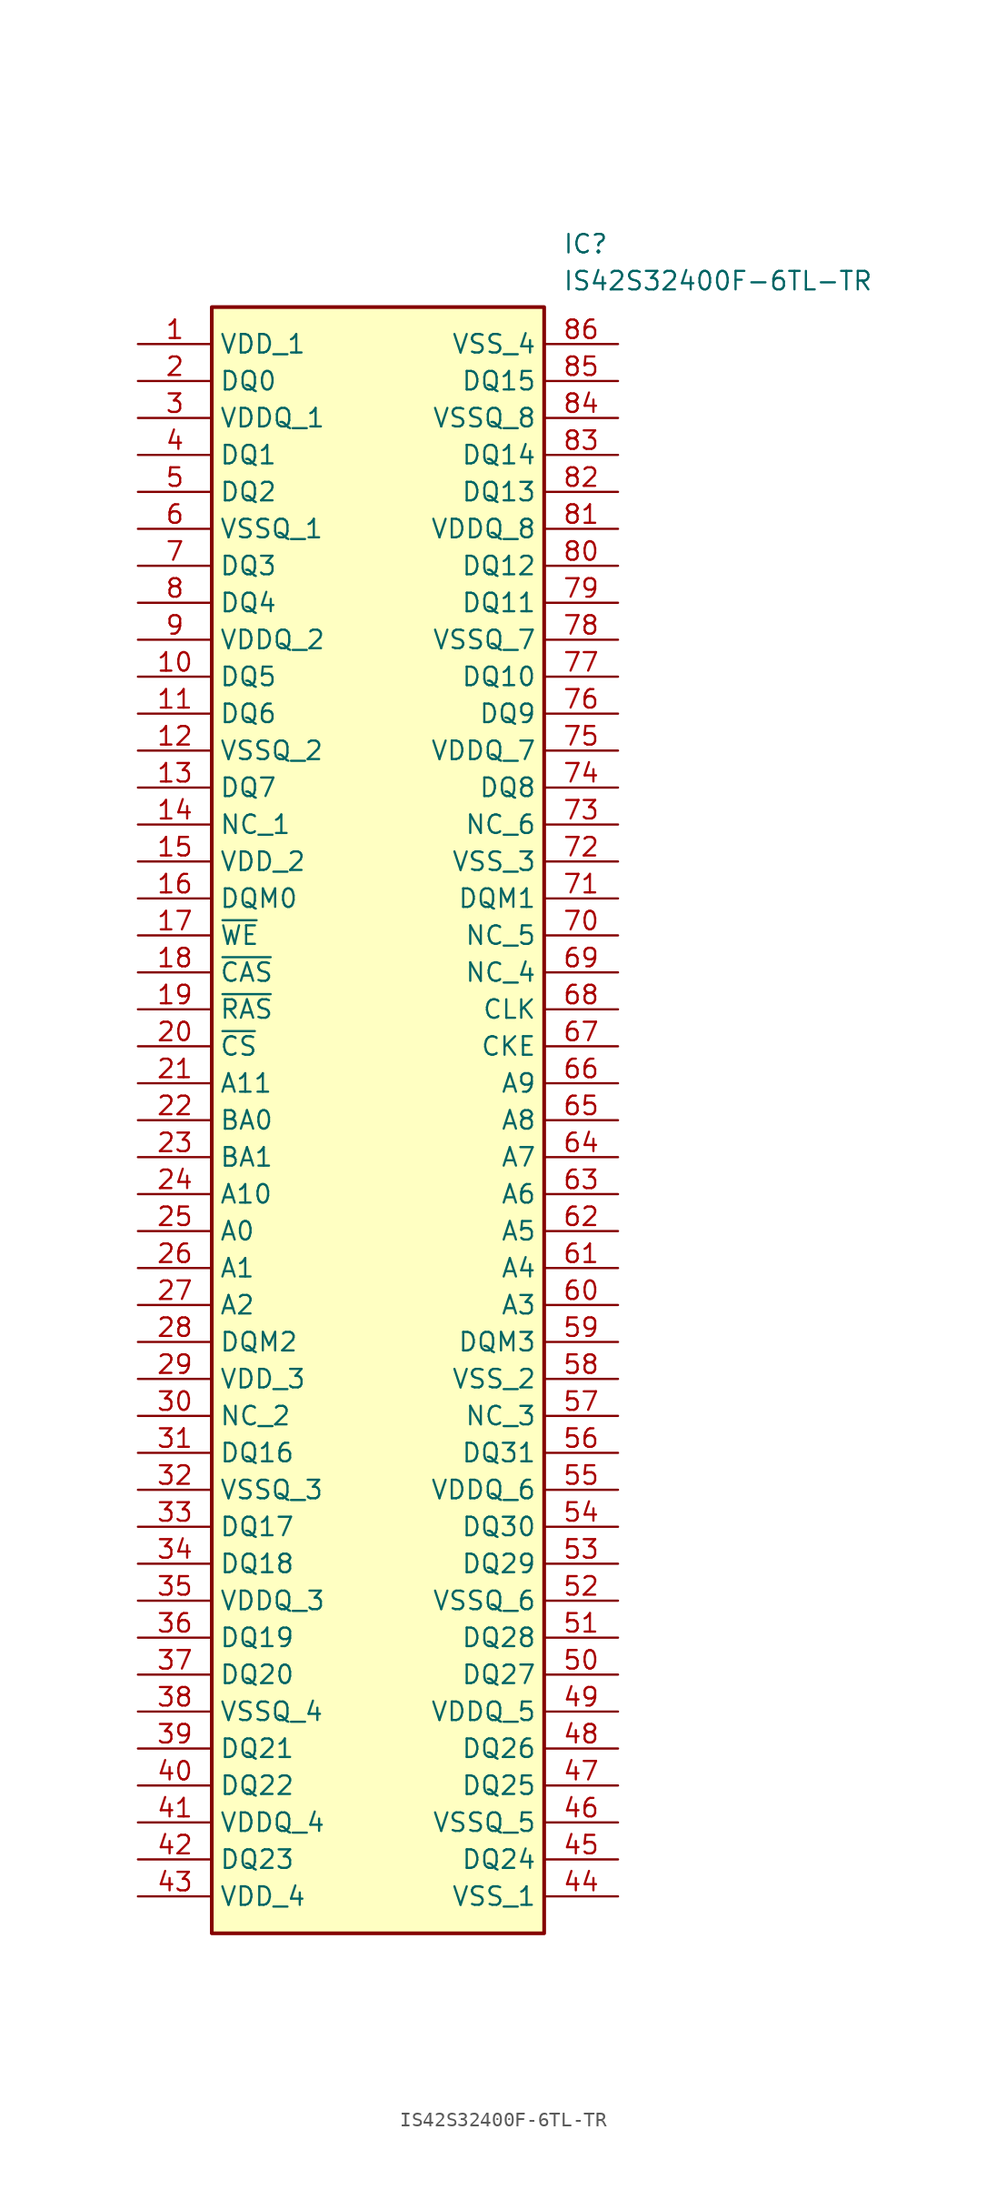
<source format=kicad_sym>
(kicad_symbol_lib
  (version 20211014)
  (generator SamacSys_ECAD_Model)
  (symbol "IS42S32400F-6TL-TR"
    (property "Reference" "IC"
      (at 29.21 7.62 0)
      (effects (font (size 1.27 1.27)) (justify left top)))
    (property "Value" "IS42S32400F-6TL-TR"
      (at 29.21 5.08 0)
      (effects (font (size 1.27 1.27)) (justify left top)))
    (rectangle
      (start 5.08 2.54)
      (end 27.94 -109.22)
      (stroke (width 0.254) (type default))
      (fill (type background)))
    (pin passive line
      (at 0 0 0)
      (length 5.08)
      (name "VDD_1" (effects (font (size 1.27 1.27))))
      (number "1" (effects (font (size 1.27 1.27)))))
    (pin passive line
      (at 0 -2.54 0)
      (length 5.08)
      (name "DQ0" (effects (font (size 1.27 1.27))))
      (number "2" (effects (font (size 1.27 1.27)))))
    (pin passive line
      (at 0 -5.08 0)
      (length 5.08)
      (name "VDDQ_1" (effects (font (size 1.27 1.27))))
      (number "3" (effects (font (size 1.27 1.27)))))
    (pin passive line
      (at 0 -7.62 0)
      (length 5.08)
      (name "DQ1" (effects (font (size 1.27 1.27))))
      (number "4" (effects (font (size 1.27 1.27)))))
    (pin passive line
      (at 0 -10.16 0)
      (length 5.08)
      (name "DQ2" (effects (font (size 1.27 1.27))))
      (number "5" (effects (font (size 1.27 1.27)))))
    (pin passive line
      (at 0 -12.7 0)
      (length 5.08)
      (name "VSSQ_1" (effects (font (size 1.27 1.27))))
      (number "6" (effects (font (size 1.27 1.27)))))
    (pin passive line
      (at 0 -15.24 0)
      (length 5.08)
      (name "DQ3" (effects (font (size 1.27 1.27))))
      (number "7" (effects (font (size 1.27 1.27)))))
    (pin passive line
      (at 0 -17.78 0)
      (length 5.08)
      (name "DQ4" (effects (font (size 1.27 1.27))))
      (number "8" (effects (font (size 1.27 1.27)))))
    (pin passive line
      (at 0 -20.32 0)
      (length 5.08)
      (name "VDDQ_2" (effects (font (size 1.27 1.27))))
      (number "9" (effects (font (size 1.27 1.27)))))
    (pin passive line
      (at 0 -22.86 0)
      (length 5.08)
      (name "DQ5" (effects (font (size 1.27 1.27))))
      (number "10" (effects (font (size 1.27 1.27)))))
    (pin passive line
      (at 0 -25.4 0)
      (length 5.08)
      (name "DQ6" (effects (font (size 1.27 1.27))))
      (number "11" (effects (font (size 1.27 1.27)))))
    (pin passive line
      (at 0 -27.94 0)
      (length 5.08)
      (name "VSSQ_2" (effects (font (size 1.27 1.27))))
      (number "12" (effects (font (size 1.27 1.27)))))
    (pin passive line
      (at 0 -30.48 0)
      (length 5.08)
      (name "DQ7" (effects (font (size 1.27 1.27))))
      (number "13" (effects (font (size 1.27 1.27)))))
    (pin passive line
      (at 0 -33.02 0)
      (length 5.08)
      (name "NC_1" (effects (font (size 1.27 1.27))))
      (number "14" (effects (font (size 1.27 1.27)))))
    (pin passive line
      (at 0 -35.56 0)
      (length 5.08)
      (name "VDD_2" (effects (font (size 1.27 1.27))))
      (number "15" (effects (font (size 1.27 1.27)))))
    (pin passive line
      (at 0 -38.1 0)
      (length 5.08)
      (name "DQM0" (effects (font (size 1.27 1.27))))
      (number "16" (effects (font (size 1.27 1.27)))))
    (pin passive line
      (at 0 -40.64 0)
      (length 5.08)
      (name "~{WE}" (effects (font (size 1.27 1.27))))
      (number "17" (effects (font (size 1.27 1.27)))))
    (pin passive line
      (at 0 -43.18 0)
      (length 5.08)
      (name "~{CAS}" (effects (font (size 1.27 1.27))))
      (number "18" (effects (font (size 1.27 1.27)))))
    (pin passive line
      (at 0 -45.72 0)
      (length 5.08)
      (name "~{RAS}" (effects (font (size 1.27 1.27))))
      (number "19" (effects (font (size 1.27 1.27)))))
    (pin passive line
      (at 0 -48.26 0)
      (length 5.08)
      (name "~{CS}" (effects (font (size 1.27 1.27))))
      (number "20" (effects (font (size 1.27 1.27)))))
    (pin passive line
      (at 0 -50.8 0)
      (length 5.08)
      (name "A11" (effects (font (size 1.27 1.27))))
      (number "21" (effects (font (size 1.27 1.27)))))
    (pin passive line
      (at 0 -53.34 0)
      (length 5.08)
      (name "BA0" (effects (font (size 1.27 1.27))))
      (number "22" (effects (font (size 1.27 1.27)))))
    (pin passive line
      (at 0 -55.88 0)
      (length 5.08)
      (name "BA1" (effects (font (size 1.27 1.27))))
      (number "23" (effects (font (size 1.27 1.27)))))
    (pin passive line
      (at 0 -58.42 0)
      (length 5.08)
      (name "A10" (effects (font (size 1.27 1.27))))
      (number "24" (effects (font (size 1.27 1.27)))))
    (pin passive line
      (at 0 -60.96 0)
      (length 5.08)
      (name "A0" (effects (font (size 1.27 1.27))))
      (number "25" (effects (font (size 1.27 1.27)))))
    (pin passive line
      (at 0 -63.5 0)
      (length 5.08)
      (name "A1" (effects (font (size 1.27 1.27))))
      (number "26" (effects (font (size 1.27 1.27)))))
    (pin passive line
      (at 0 -66.04 0)
      (length 5.08)
      (name "A2" (effects (font (size 1.27 1.27))))
      (number "27" (effects (font (size 1.27 1.27)))))
    (pin passive line
      (at 0 -68.58 0)
      (length 5.08)
      (name "DQM2" (effects (font (size 1.27 1.27))))
      (number "28" (effects (font (size 1.27 1.27)))))
    (pin passive line
      (at 0 -71.12 0)
      (length 5.08)
      (name "VDD_3" (effects (font (size 1.27 1.27))))
      (number "29" (effects (font (size 1.27 1.27)))))
    (pin passive line
      (at 0 -73.66 0)
      (length 5.08)
      (name "NC_2" (effects (font (size 1.27 1.27))))
      (number "30" (effects (font (size 1.27 1.27)))))
    (pin passive line
      (at 0 -76.2 0)
      (length 5.08)
      (name "DQ16" (effects (font (size 1.27 1.27))))
      (number "31" (effects (font (size 1.27 1.27)))))
    (pin passive line
      (at 0 -78.74 0)
      (length 5.08)
      (name "VSSQ_3" (effects (font (size 1.27 1.27))))
      (number "32" (effects (font (size 1.27 1.27)))))
    (pin passive line
      (at 0 -81.28 0)
      (length 5.08)
      (name "DQ17" (effects (font (size 1.27 1.27))))
      (number "33" (effects (font (size 1.27 1.27)))))
    (pin passive line
      (at 0 -83.82 0)
      (length 5.08)
      (name "DQ18" (effects (font (size 1.27 1.27))))
      (number "34" (effects (font (size 1.27 1.27)))))
    (pin passive line
      (at 0 -86.36 0)
      (length 5.08)
      (name "VDDQ_3" (effects (font (size 1.27 1.27))))
      (number "35" (effects (font (size 1.27 1.27)))))
    (pin passive line
      (at 0 -88.9 0)
      (length 5.08)
      (name "DQ19" (effects (font (size 1.27 1.27))))
      (number "36" (effects (font (size 1.27 1.27)))))
    (pin passive line
      (at 0 -91.44 0)
      (length 5.08)
      (name "DQ20" (effects (font (size 1.27 1.27))))
      (number "37" (effects (font (size 1.27 1.27)))))
    (pin passive line
      (at 0 -93.98 0)
      (length 5.08)
      (name "VSSQ_4" (effects (font (size 1.27 1.27))))
      (number "38" (effects (font (size 1.27 1.27)))))
    (pin passive line
      (at 0 -96.52 0)
      (length 5.08)
      (name "DQ21" (effects (font (size 1.27 1.27))))
      (number "39" (effects (font (size 1.27 1.27)))))
    (pin passive line
      (at 0 -99.06 0)
      (length 5.08)
      (name "DQ22" (effects (font (size 1.27 1.27))))
      (number "40" (effects (font (size 1.27 1.27)))))
    (pin passive line
      (at 0 -101.6 0)
      (length 5.08)
      (name "VDDQ_4" (effects (font (size 1.27 1.27))))
      (number "41" (effects (font (size 1.27 1.27)))))
    (pin passive line
      (at 0 -104.14 0)
      (length 5.08)
      (name "DQ23" (effects (font (size 1.27 1.27))))
      (number "42" (effects (font (size 1.27 1.27)))))
    (pin passive line
      (at 0 -106.68 0)
      (length 5.08)
      (name "VDD_4" (effects (font (size 1.27 1.27))))
      (number "43" (effects (font (size 1.27 1.27)))))
    (pin passive line
      (at 33.02 0 180)
      (length 5.08)
      (name "VSS_4" (effects (font (size 1.27 1.27))))
      (number "86" (effects (font (size 1.27 1.27)))))
    (pin passive line
      (at 33.02 -2.54 180)
      (length 5.08)
      (name "DQ15" (effects (font (size 1.27 1.27))))
      (number "85" (effects (font (size 1.27 1.27)))))
    (pin passive line
      (at 33.02 -5.08 180)
      (length 5.08)
      (name "VSSQ_8" (effects (font (size 1.27 1.27))))
      (number "84" (effects (font (size 1.27 1.27)))))
    (pin passive line
      (at 33.02 -7.62 180)
      (length 5.08)
      (name "DQ14" (effects (font (size 1.27 1.27))))
      (number "83" (effects (font (size 1.27 1.27)))))
    (pin passive line
      (at 33.02 -10.16 180)
      (length 5.08)
      (name "DQ13" (effects (font (size 1.27 1.27))))
      (number "82" (effects (font (size 1.27 1.27)))))
    (pin passive line
      (at 33.02 -12.7 180)
      (length 5.08)
      (name "VDDQ_8" (effects (font (size 1.27 1.27))))
      (number "81" (effects (font (size 1.27 1.27)))))
    (pin passive line
      (at 33.02 -15.24 180)
      (length 5.08)
      (name "DQ12" (effects (font (size 1.27 1.27))))
      (number "80" (effects (font (size 1.27 1.27)))))
    (pin passive line
      (at 33.02 -17.78 180)
      (length 5.08)
      (name "DQ11" (effects (font (size 1.27 1.27))))
      (number "79" (effects (font (size 1.27 1.27)))))
    (pin passive line
      (at 33.02 -20.32 180)
      (length 5.08)
      (name "VSSQ_7" (effects (font (size 1.27 1.27))))
      (number "78" (effects (font (size 1.27 1.27)))))
    (pin passive line
      (at 33.02 -22.86 180)
      (length 5.08)
      (name "DQ10" (effects (font (size 1.27 1.27))))
      (number "77" (effects (font (size 1.27 1.27)))))
    (pin passive line
      (at 33.02 -25.4 180)
      (length 5.08)
      (name "DQ9" (effects (font (size 1.27 1.27))))
      (number "76" (effects (font (size 1.27 1.27)))))
    (pin passive line
      (at 33.02 -27.94 180)
      (length 5.08)
      (name "VDDQ_7" (effects (font (size 1.27 1.27))))
      (number "75" (effects (font (size 1.27 1.27)))))
    (pin passive line
      (at 33.02 -30.48 180)
      (length 5.08)
      (name "DQ8" (effects (font (size 1.27 1.27))))
      (number "74" (effects (font (size 1.27 1.27)))))
    (pin passive line
      (at 33.02 -33.02 180)
      (length 5.08)
      (name "NC_6" (effects (font (size 1.27 1.27))))
      (number "73" (effects (font (size 1.27 1.27)))))
    (pin passive line
      (at 33.02 -35.56 180)
      (length 5.08)
      (name "VSS_3" (effects (font (size 1.27 1.27))))
      (number "72" (effects (font (size 1.27 1.27)))))
    (pin passive line
      (at 33.02 -38.1 180)
      (length 5.08)
      (name "DQM1" (effects (font (size 1.27 1.27))))
      (number "71" (effects (font (size 1.27 1.27)))))
    (pin passive line
      (at 33.02 -40.64 180)
      (length 5.08)
      (name "NC_5" (effects (font (size 1.27 1.27))))
      (number "70" (effects (font (size 1.27 1.27)))))
    (pin passive line
      (at 33.02 -43.18 180)
      (length 5.08)
      (name "NC_4" (effects (font (size 1.27 1.27))))
      (number "69" (effects (font (size 1.27 1.27)))))
    (pin passive line
      (at 33.02 -45.72 180)
      (length 5.08)
      (name "CLK" (effects (font (size 1.27 1.27))))
      (number "68" (effects (font (size 1.27 1.27)))))
    (pin passive line
      (at 33.02 -48.26 180)
      (length 5.08)
      (name "CKE" (effects (font (size 1.27 1.27))))
      (number "67" (effects (font (size 1.27 1.27)))))
    (pin passive line
      (at 33.02 -50.8 180)
      (length 5.08)
      (name "A9" (effects (font (size 1.27 1.27))))
      (number "66" (effects (font (size 1.27 1.27)))))
    (pin passive line
      (at 33.02 -53.34 180)
      (length 5.08)
      (name "A8" (effects (font (size 1.27 1.27))))
      (number "65" (effects (font (size 1.27 1.27)))))
    (pin passive line
      (at 33.02 -55.88 180)
      (length 5.08)
      (name "A7" (effects (font (size 1.27 1.27))))
      (number "64" (effects (font (size 1.27 1.27)))))
    (pin passive line
      (at 33.02 -58.42 180)
      (length 5.08)
      (name "A6" (effects (font (size 1.27 1.27))))
      (number "63" (effects (font (size 1.27 1.27)))))
    (pin passive line
      (at 33.02 -60.96 180)
      (length 5.08)
      (name "A5" (effects (font (size 1.27 1.27))))
      (number "62" (effects (font (size 1.27 1.27)))))
    (pin passive line
      (at 33.02 -63.5 180)
      (length 5.08)
      (name "A4" (effects (font (size 1.27 1.27))))
      (number "61" (effects (font (size 1.27 1.27)))))
    (pin passive line
      (at 33.02 -66.04 180)
      (length 5.08)
      (name "A3" (effects (font (size 1.27 1.27))))
      (number "60" (effects (font (size 1.27 1.27)))))
    (pin passive line
      (at 33.02 -68.58 180)
      (length 5.08)
      (name "DQM3" (effects (font (size 1.27 1.27))))
      (number "59" (effects (font (size 1.27 1.27)))))
    (pin passive line
      (at 33.02 -71.12 180)
      (length 5.08)
      (name "VSS_2" (effects (font (size 1.27 1.27))))
      (number "58" (effects (font (size 1.27 1.27)))))
    (pin passive line
      (at 33.02 -73.66 180)
      (length 5.08)
      (name "NC_3" (effects (font (size 1.27 1.27))))
      (number "57" (effects (font (size 1.27 1.27)))))
    (pin passive line
      (at 33.02 -76.2 180)
      (length 5.08)
      (name "DQ31" (effects (font (size 1.27 1.27))))
      (number "56" (effects (font (size 1.27 1.27)))))
    (pin passive line
      (at 33.02 -78.74 180)
      (length 5.08)
      (name "VDDQ_6" (effects (font (size 1.27 1.27))))
      (number "55" (effects (font (size 1.27 1.27)))))
    (pin passive line
      (at 33.02 -81.28 180)
      (length 5.08)
      (name "DQ30" (effects (font (size 1.27 1.27))))
      (number "54" (effects (font (size 1.27 1.27)))))
    (pin passive line
      (at 33.02 -83.82 180)
      (length 5.08)
      (name "DQ29" (effects (font (size 1.27 1.27))))
      (number "53" (effects (font (size 1.27 1.27)))))
    (pin passive line
      (at 33.02 -86.36 180)
      (length 5.08)
      (name "VSSQ_6" (effects (font (size 1.27 1.27))))
      (number "52" (effects (font (size 1.27 1.27)))))
    (pin passive line
      (at 33.02 -88.9 180)
      (length 5.08)
      (name "DQ28" (effects (font (size 1.27 1.27))))
      (number "51" (effects (font (size 1.27 1.27)))))
    (pin passive line
      (at 33.02 -91.44 180)
      (length 5.08)
      (name "DQ27" (effects (font (size 1.27 1.27))))
      (number "50" (effects (font (size 1.27 1.27)))))
    (pin passive line
      (at 33.02 -93.98 180)
      (length 5.08)
      (name "VDDQ_5" (effects (font (size 1.27 1.27))))
      (number "49" (effects (font (size 1.27 1.27)))))
    (pin passive line
      (at 33.02 -96.52 180)
      (length 5.08)
      (name "DQ26" (effects (font (size 1.27 1.27))))
      (number "48" (effects (font (size 1.27 1.27)))))
    (pin passive line
      (at 33.02 -99.06 180)
      (length 5.08)
      (name "DQ25" (effects (font (size 1.27 1.27))))
      (number "47" (effects (font (size 1.27 1.27)))))
    (pin passive line
      (at 33.02 -101.6 180)
      (length 5.08)
      (name "VSSQ_5" (effects (font (size 1.27 1.27))))
      (number "46" (effects (font (size 1.27 1.27)))))
    (pin passive line
      (at 33.02 -104.14 180)
      (length 5.08)
      (name "DQ24" (effects (font (size 1.27 1.27))))
      (number "45" (effects (font (size 1.27 1.27)))))
    (pin passive line
      (at 33.02 -106.68 180)
      (length 5.08)
      (name "VSS_1" (effects (font (size 1.27 1.27))))
      (number "44" (effects (font (size 1.27 1.27)))))))
</source>
